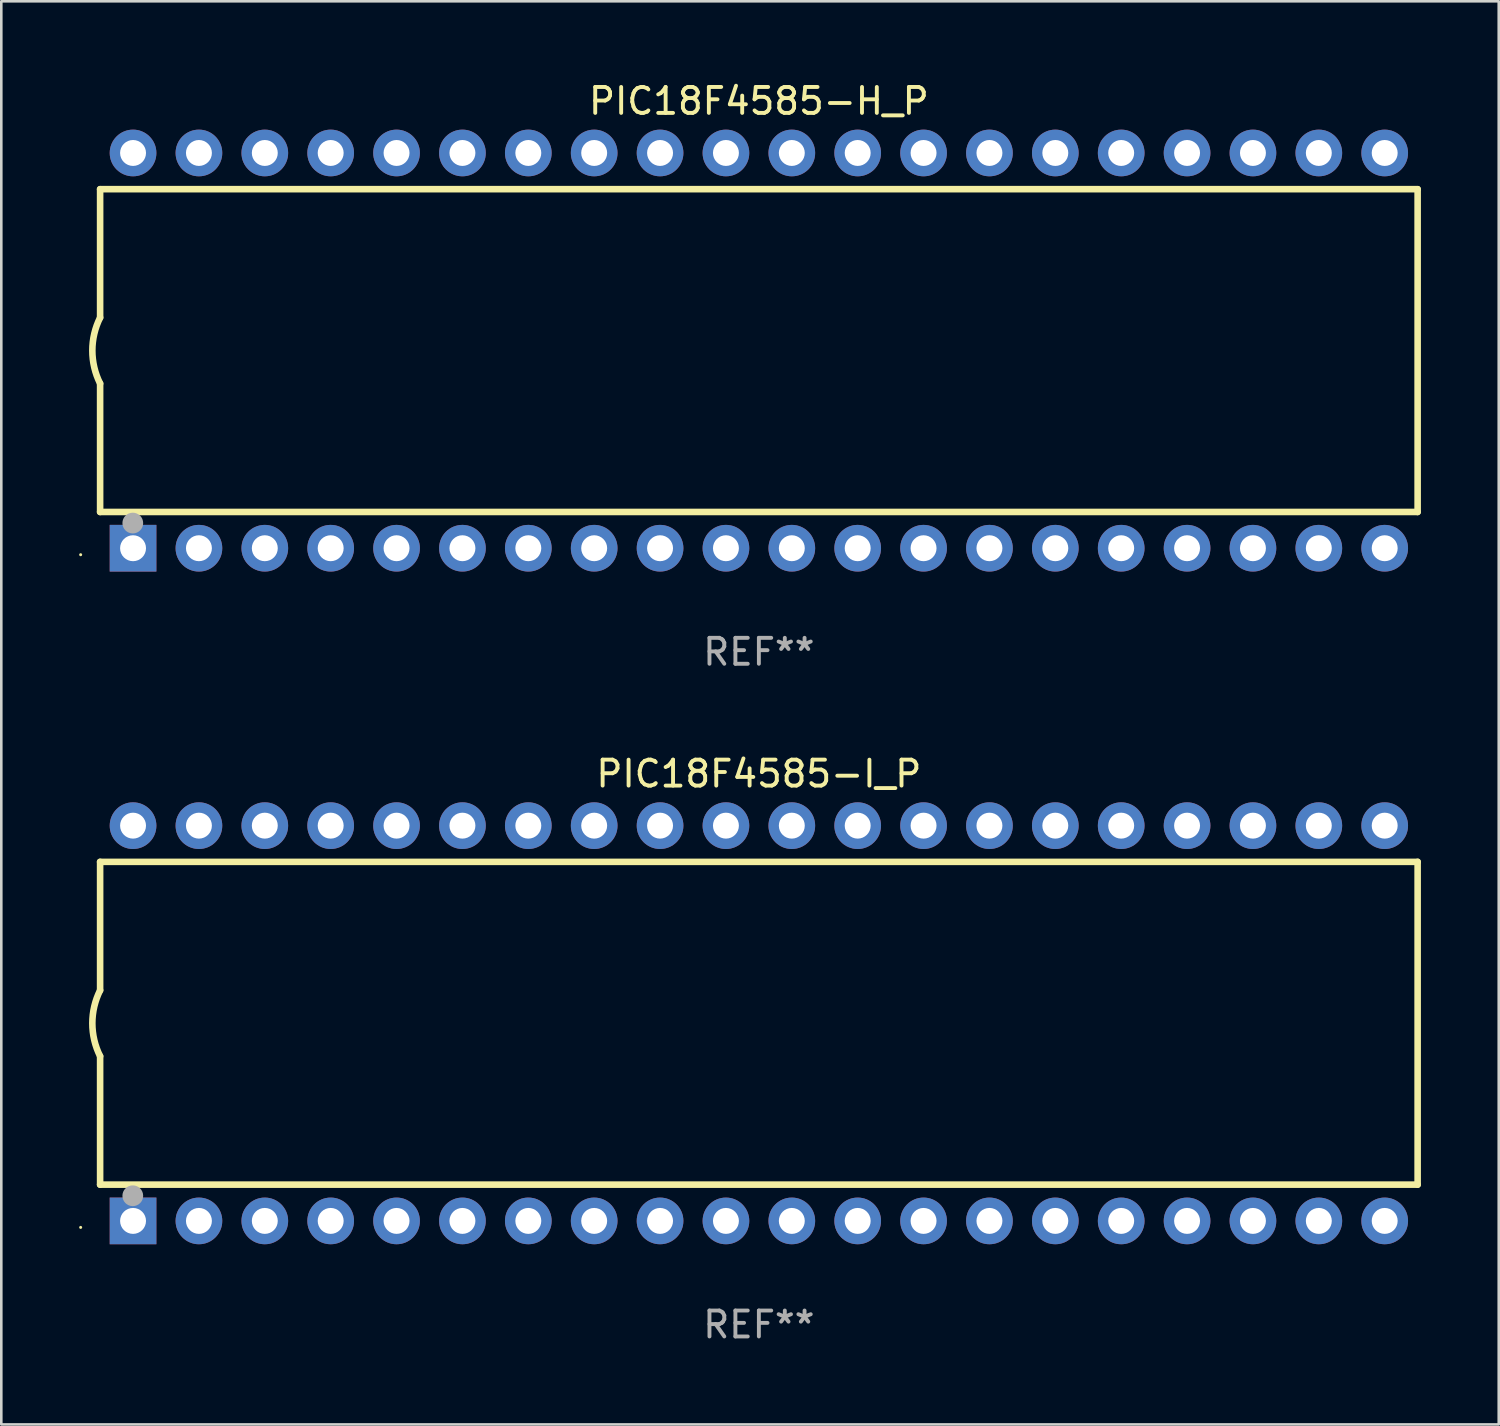
<source format=kicad_pcb>
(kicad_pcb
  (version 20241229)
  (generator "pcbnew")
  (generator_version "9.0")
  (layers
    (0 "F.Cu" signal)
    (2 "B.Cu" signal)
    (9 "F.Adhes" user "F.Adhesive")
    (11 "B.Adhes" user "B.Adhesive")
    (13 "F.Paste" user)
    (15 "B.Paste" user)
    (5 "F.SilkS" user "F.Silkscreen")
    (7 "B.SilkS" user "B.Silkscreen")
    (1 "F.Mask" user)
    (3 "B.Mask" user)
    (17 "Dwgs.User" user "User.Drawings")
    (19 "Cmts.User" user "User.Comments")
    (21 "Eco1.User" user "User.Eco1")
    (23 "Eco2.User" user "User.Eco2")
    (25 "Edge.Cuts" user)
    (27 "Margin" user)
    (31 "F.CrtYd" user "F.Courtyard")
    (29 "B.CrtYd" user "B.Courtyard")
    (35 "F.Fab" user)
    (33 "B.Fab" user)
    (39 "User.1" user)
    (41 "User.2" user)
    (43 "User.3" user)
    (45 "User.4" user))
  (footprint "PIC18F4585-I_P"
    (layer "F.Cu")
    (at 26.21 36.405)
    (property "Reference" "PIC18F4585-I_P" (at 0 -9.62 0) (layer "F.SilkS") (effects (font (size 1 1) (thickness 0.15))))
    (attr through_hole)
    (fp_line (start -25.4 -6.224) (end -25.4 -1.271) (stroke (width 0.254) (type solid)) (layer "F.SilkS"))
    (fp_line (start -25.4 -6.224) (end 25.4 -6.224) (stroke (width 0.254) (type solid)) (layer "F.SilkS"))
    (fp_line (start -25.4 1.269) (end -25.4 6.222) (stroke (width 0.254) (type solid)) (layer "F.SilkS"))
    (fp_line (start -25.4 6.222) (end 25.4 6.222) (stroke (width 0.254) (type solid)) (layer "F.SilkS"))
    (fp_line (start 25.4 6.222) (end 25.4 -6.224) (stroke (width 0.254) (type solid)) (layer "F.SilkS"))
    (fp_arc (start -25.4 1.269241) (mid -25.699807 -0.000762) (end -25.4 -1.270765) (stroke (width 0.254001) (type solid)) (layer "F.SilkS"))
    (fp_circle (center -26.15 7.87) (end -26.12 7.87) (stroke (width 0.06) (type solid)) (fill no) (layer "F.SilkS"))
    (fp_circle (center -24.14 6.65) (end -23.94 6.65) (stroke (width 0.4) (type solid)) (fill no) (layer "F.Fab"))
    (fp_text user "REF**" (at 0 11.62 0) (layer "F.Fab") (effects (font (size 1 1) (thickness 0.15))))
    (pad "1" thru_hole rect (at -24.13 7.62 90) (size 1.8 1.8) (drill 1) (layers "*.Cu" "*.Mask"))
    (pad "2" thru_hole circle (at -21.59 7.62) (size 1.8 1.8) (drill 1) (layers "*.Cu" "*.Mask"))
    (pad "3" thru_hole circle (at -19.05 7.62) (size 1.8 1.8) (drill 1) (layers "*.Cu" "*.Mask"))
    (pad "4" thru_hole circle (at -16.51 7.62) (size 1.8 1.8) (drill 1) (layers "*.Cu" "*.Mask"))
    (pad "5" thru_hole circle (at -13.97 7.62) (size 1.8 1.8) (drill 1) (layers "*.Cu" "*.Mask"))
    (pad "6" thru_hole circle (at -11.43 7.62) (size 1.8 1.8) (drill 1) (layers "*.Cu" "*.Mask"))
    (pad "7" thru_hole circle (at -8.89 7.62) (size 1.8 1.8) (drill 1) (layers "*.Cu" "*.Mask"))
    (pad "8" thru_hole circle (at -6.35 7.62) (size 1.8 1.8) (drill 1) (layers "*.Cu" "*.Mask"))
    (pad "9" thru_hole circle (at -3.81 7.62) (size 1.8 1.8) (drill 1) (layers "*.Cu" "*.Mask"))
    (pad "10" thru_hole circle (at -1.27 7.62) (size 1.8 1.8) (drill 1) (layers "*.Cu" "*.Mask"))
    (pad "11" thru_hole circle (at 1.27 7.62) (size 1.8 1.8) (drill 1) (layers "*.Cu" "*.Mask"))
    (pad "12" thru_hole circle (at 3.81 7.62) (size 1.8 1.8) (drill 1) (layers "*.Cu" "*.Mask"))
    (pad "13" thru_hole circle (at 6.35 7.62) (size 1.8 1.8) (drill 1) (layers "*.Cu" "*.Mask"))
    (pad "14" thru_hole circle (at 8.89 7.62) (size 1.8 1.8) (drill 1) (layers "*.Cu" "*.Mask"))
    (pad "15" thru_hole circle (at 11.43 7.62) (size 1.8 1.8) (drill 1) (layers "*.Cu" "*.Mask"))
    (pad "16" thru_hole circle (at 13.97 7.62) (size 1.8 1.8) (drill 1) (layers "*.Cu" "*.Mask"))
    (pad "17" thru_hole circle (at 16.51 7.62) (size 1.8 1.8) (drill 1) (layers "*.Cu" "*.Mask"))
    (pad "18" thru_hole circle (at 19.05 7.62) (size 1.8 1.8) (drill 1) (layers "*.Cu" "*.Mask"))
    (pad "19" thru_hole circle (at 21.59 7.62) (size 1.8 1.8) (drill 1) (layers "*.Cu" "*.Mask"))
    (pad "20" thru_hole circle (at 24.13 7.62) (size 1.8 1.8) (drill 1) (layers "*.Cu" "*.Mask"))
    (pad "21" thru_hole circle (at 24.13 -7.62) (size 1.8 1.8) (drill 1) (layers "*.Cu" "*.Mask"))
    (pad "22" thru_hole circle (at 21.59 -7.62) (size 1.8 1.8) (drill 1) (layers "*.Cu" "*.Mask"))
    (pad "23" thru_hole circle (at 19.05 -7.62) (size 1.8 1.8) (drill 1) (layers "*.Cu" "*.Mask"))
    (pad "24" thru_hole circle (at 16.51 -7.62) (size 1.8 1.8) (drill 1) (layers "*.Cu" "*.Mask"))
    (pad "25" thru_hole circle (at 13.97 -7.62) (size 1.8 1.8) (drill 1) (layers "*.Cu" "*.Mask"))
    (pad "26" thru_hole circle (at 11.43 -7.62) (size 1.8 1.8) (drill 1) (layers "*.Cu" "*.Mask"))
    (pad "27" thru_hole circle (at 8.89 -7.62) (size 1.8 1.8) (drill 1) (layers "*.Cu" "*.Mask"))
    (pad "28" thru_hole circle (at 6.35 -7.62) (size 1.8 1.8) (drill 1) (layers "*.Cu" "*.Mask"))
    (pad "29" thru_hole circle (at 3.81 -7.62) (size 1.8 1.8) (drill 1) (layers "*.Cu" "*.Mask"))
    (pad "30" thru_hole circle (at 1.27 -7.62) (size 1.8 1.8) (drill 1) (layers "*.Cu" "*.Mask"))
    (pad "31" thru_hole circle (at -1.27 -7.62) (size 1.8 1.8) (drill 1) (layers "*.Cu" "*.Mask"))
    (pad "32" thru_hole circle (at -3.81 -7.62) (size 1.8 1.8) (drill 1) (layers "*.Cu" "*.Mask"))
    (pad "33" thru_hole circle (at -6.35 -7.62) (size 1.8 1.8) (drill 1) (layers "*.Cu" "*.Mask"))
    (pad "34" thru_hole circle (at -8.89 -7.62) (size 1.8 1.8) (drill 1) (layers "*.Cu" "*.Mask"))
    (pad "35" thru_hole circle (at -11.43 -7.62) (size 1.8 1.8) (drill 1) (layers "*.Cu" "*.Mask"))
    (pad "36" thru_hole circle (at -13.97 -7.62) (size 1.8 1.8) (drill 1) (layers "*.Cu" "*.Mask"))
    (pad "37" thru_hole circle (at -16.51 -7.62) (size 1.8 1.8) (drill 1) (layers "*.Cu" "*.Mask"))
    (pad "38" thru_hole circle (at -19.05 -7.62) (size 1.8 1.8) (drill 1) (layers "*.Cu" "*.Mask"))
    (pad "39" thru_hole circle (at -21.59 -7.62) (size 1.8 1.8) (drill 1) (layers "*.Cu" "*.Mask"))
    (pad "40" thru_hole circle (at -24.13 -7.62) (size 1.8 1.8) (drill 1) (layers "*.Cu" "*.Mask")))
  (footprint "PIC18F4585-H_P"
    (layer "F.Cu")
    (at 26.21 10.468)
    (property "Reference" "PIC18F4585-H_P" (at 0 -9.62 0) (layer "F.SilkS") (effects (font (size 1 1) (thickness 0.15))))
    (attr through_hole)
    (fp_line (start -25.4 -6.224) (end -25.4 -1.271) (stroke (width 0.254) (type solid)) (layer "F.SilkS"))
    (fp_line (start -25.4 -6.224) (end 25.4 -6.224) (stroke (width 0.254) (type solid)) (layer "F.SilkS"))
    (fp_line (start -25.4 1.269) (end -25.4 6.222) (stroke (width 0.254) (type solid)) (layer "F.SilkS"))
    (fp_line (start -25.4 6.222) (end 25.4 6.222) (stroke (width 0.254) (type solid)) (layer "F.SilkS"))
    (fp_line (start 25.4 6.222) (end 25.4 -6.224) (stroke (width 0.254) (type solid)) (layer "F.SilkS"))
    (fp_arc (start -25.4 1.269241) (mid -25.699807 -0.000762) (end -25.4 -1.270765) (stroke (width 0.254001) (type solid)) (layer "F.SilkS"))
    (fp_circle (center -26.15 7.87) (end -26.12 7.87) (stroke (width 0.06) (type solid)) (fill no) (layer "F.SilkS"))
    (fp_circle (center -24.14 6.65) (end -23.94 6.65) (stroke (width 0.4) (type solid)) (fill no) (layer "F.Fab"))
    (fp_text user "REF**" (at 0 11.62 0) (layer "F.Fab") (effects (font (size 1 1) (thickness 0.15))))
    (pad "1" thru_hole rect (at -24.13 7.62 90) (size 1.8 1.8) (drill 1) (layers "*.Cu" "*.Mask"))
    (pad "2" thru_hole circle (at -21.59 7.62) (size 1.8 1.8) (drill 1) (layers "*.Cu" "*.Mask"))
    (pad "3" thru_hole circle (at -19.05 7.62) (size 1.8 1.8) (drill 1) (layers "*.Cu" "*.Mask"))
    (pad "4" thru_hole circle (at -16.51 7.62) (size 1.8 1.8) (drill 1) (layers "*.Cu" "*.Mask"))
    (pad "5" thru_hole circle (at -13.97 7.62) (size 1.8 1.8) (drill 1) (layers "*.Cu" "*.Mask"))
    (pad "6" thru_hole circle (at -11.43 7.62) (size 1.8 1.8) (drill 1) (layers "*.Cu" "*.Mask"))
    (pad "7" thru_hole circle (at -8.89 7.62) (size 1.8 1.8) (drill 1) (layers "*.Cu" "*.Mask"))
    (pad "8" thru_hole circle (at -6.35 7.62) (size 1.8 1.8) (drill 1) (layers "*.Cu" "*.Mask"))
    (pad "9" thru_hole circle (at -3.81 7.62) (size 1.8 1.8) (drill 1) (layers "*.Cu" "*.Mask"))
    (pad "10" thru_hole circle (at -1.27 7.62) (size 1.8 1.8) (drill 1) (layers "*.Cu" "*.Mask"))
    (pad "11" thru_hole circle (at 1.27 7.62) (size 1.8 1.8) (drill 1) (layers "*.Cu" "*.Mask"))
    (pad "12" thru_hole circle (at 3.81 7.62) (size 1.8 1.8) (drill 1) (layers "*.Cu" "*.Mask"))
    (pad "13" thru_hole circle (at 6.35 7.62) (size 1.8 1.8) (drill 1) (layers "*.Cu" "*.Mask"))
    (pad "14" thru_hole circle (at 8.89 7.62) (size 1.8 1.8) (drill 1) (layers "*.Cu" "*.Mask"))
    (pad "15" thru_hole circle (at 11.43 7.62) (size 1.8 1.8) (drill 1) (layers "*.Cu" "*.Mask"))
    (pad "16" thru_hole circle (at 13.97 7.62) (size 1.8 1.8) (drill 1) (layers "*.Cu" "*.Mask"))
    (pad "17" thru_hole circle (at 16.51 7.62) (size 1.8 1.8) (drill 1) (layers "*.Cu" "*.Mask"))
    (pad "18" thru_hole circle (at 19.05 7.62) (size 1.8 1.8) (drill 1) (layers "*.Cu" "*.Mask"))
    (pad "19" thru_hole circle (at 21.59 7.62) (size 1.8 1.8) (drill 1) (layers "*.Cu" "*.Mask"))
    (pad "20" thru_hole circle (at 24.13 7.62) (size 1.8 1.8) (drill 1) (layers "*.Cu" "*.Mask"))
    (pad "21" thru_hole circle (at 24.13 -7.62) (size 1.8 1.8) (drill 1) (layers "*.Cu" "*.Mask"))
    (pad "22" thru_hole circle (at 21.59 -7.62) (size 1.8 1.8) (drill 1) (layers "*.Cu" "*.Mask"))
    (pad "23" thru_hole circle (at 19.05 -7.62) (size 1.8 1.8) (drill 1) (layers "*.Cu" "*.Mask"))
    (pad "24" thru_hole circle (at 16.51 -7.62) (size 1.8 1.8) (drill 1) (layers "*.Cu" "*.Mask"))
    (pad "25" thru_hole circle (at 13.97 -7.62) (size 1.8 1.8) (drill 1) (layers "*.Cu" "*.Mask"))
    (pad "26" thru_hole circle (at 11.43 -7.62) (size 1.8 1.8) (drill 1) (layers "*.Cu" "*.Mask"))
    (pad "27" thru_hole circle (at 8.89 -7.62) (size 1.8 1.8) (drill 1) (layers "*.Cu" "*.Mask"))
    (pad "28" thru_hole circle (at 6.35 -7.62) (size 1.8 1.8) (drill 1) (layers "*.Cu" "*.Mask"))
    (pad "29" thru_hole circle (at 3.81 -7.62) (size 1.8 1.8) (drill 1) (layers "*.Cu" "*.Mask"))
    (pad "30" thru_hole circle (at 1.27 -7.62) (size 1.8 1.8) (drill 1) (layers "*.Cu" "*.Mask"))
    (pad "31" thru_hole circle (at -1.27 -7.62) (size 1.8 1.8) (drill 1) (layers "*.Cu" "*.Mask"))
    (pad "32" thru_hole circle (at -3.81 -7.62) (size 1.8 1.8) (drill 1) (layers "*.Cu" "*.Mask"))
    (pad "33" thru_hole circle (at -6.35 -7.62) (size 1.8 1.8) (drill 1) (layers "*.Cu" "*.Mask"))
    (pad "34" thru_hole circle (at -8.89 -7.62) (size 1.8 1.8) (drill 1) (layers "*.Cu" "*.Mask"))
    (pad "35" thru_hole circle (at -11.43 -7.62) (size 1.8 1.8) (drill 1) (layers "*.Cu" "*.Mask"))
    (pad "36" thru_hole circle (at -13.97 -7.62) (size 1.8 1.8) (drill 1) (layers "*.Cu" "*.Mask"))
    (pad "37" thru_hole circle (at -16.51 -7.62) (size 1.8 1.8) (drill 1) (layers "*.Cu" "*.Mask"))
    (pad "38" thru_hole circle (at -19.05 -7.62) (size 1.8 1.8) (drill 1) (layers "*.Cu" "*.Mask"))
    (pad "39" thru_hole circle (at -21.59 -7.62) (size 1.8 1.8) (drill 1) (layers "*.Cu" "*.Mask"))
    (pad "40" thru_hole circle (at -24.13 -7.62) (size 1.8 1.8) (drill 1) (layers "*.Cu" "*.Mask")))
  (gr_rect
    (start -3 -3)
    (end 54.737 51.873)
    (stroke (width 0.1) (type default))
    (fill no)
    (layer "Edge.Cuts")))
</source>
